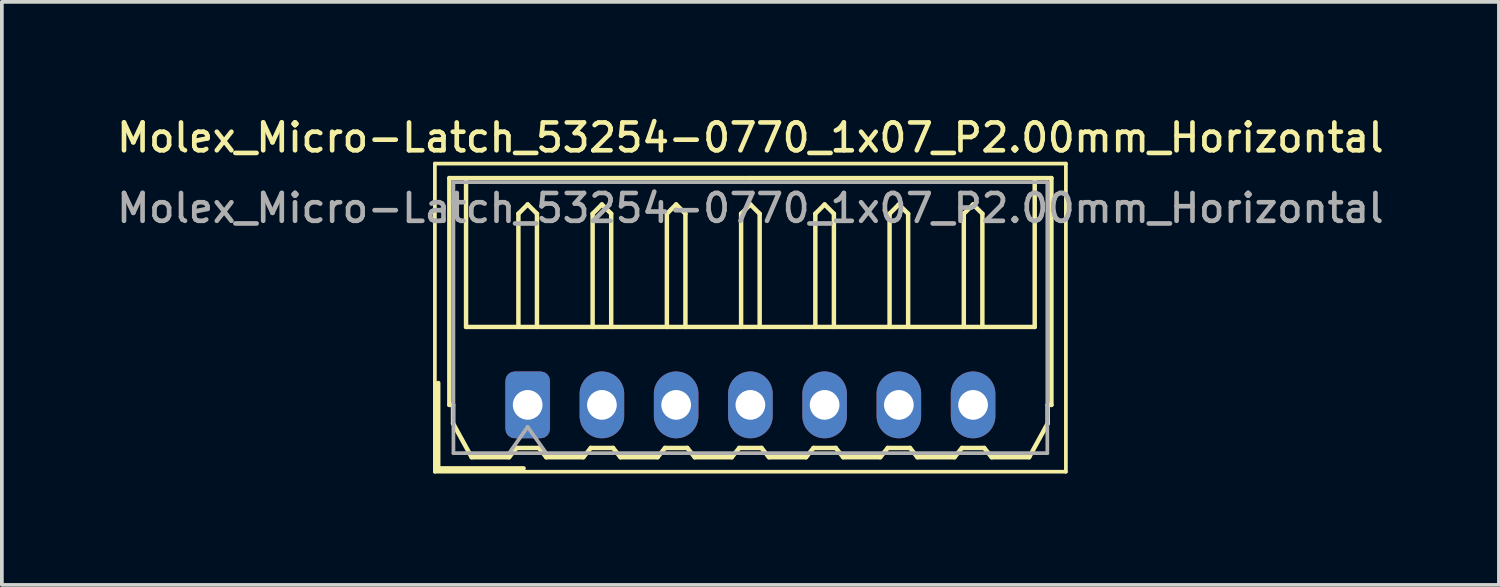
<source format=kicad_pcb>
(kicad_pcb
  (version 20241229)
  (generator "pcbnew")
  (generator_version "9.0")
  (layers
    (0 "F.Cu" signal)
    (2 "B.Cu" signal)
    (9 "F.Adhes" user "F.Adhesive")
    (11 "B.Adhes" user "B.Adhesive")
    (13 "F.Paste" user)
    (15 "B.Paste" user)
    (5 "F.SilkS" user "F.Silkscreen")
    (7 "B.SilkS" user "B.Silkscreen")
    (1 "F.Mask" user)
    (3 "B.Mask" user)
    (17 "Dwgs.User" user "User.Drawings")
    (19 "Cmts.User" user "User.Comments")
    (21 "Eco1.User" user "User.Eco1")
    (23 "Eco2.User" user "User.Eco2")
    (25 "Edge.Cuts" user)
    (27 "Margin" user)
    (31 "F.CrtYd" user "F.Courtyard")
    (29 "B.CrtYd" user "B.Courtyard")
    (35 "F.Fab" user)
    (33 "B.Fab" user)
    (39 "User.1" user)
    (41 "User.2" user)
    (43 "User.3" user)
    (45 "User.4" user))
  (footprint "Molex_Micro-Latch_53254-0770_1x07_P2.00mm_Horizontal"
    (layer "F.Cu")
    (at 11.166 7.858)
    (property "Reference" "Molex_Micro-Latch_53254-0770_1x07_P2.00mm_Horizontal" (at 6 -7.2 0) (layer "F.SilkS") (effects (font (size 0.75 0.75) (thickness 0.125))))
    (attr through_hole)
    (fp_line (start -2.5 -6.5) (end -2.5 1.8) (stroke (width 0.1) (type solid)) (layer "F.SilkS"))
    (fp_line (start -2.5 1.8) (end 14.5 1.8) (stroke (width 0.1) (type solid)) (layer "F.SilkS"))
    (fp_line (start -2.41 1.71) (end -2.41 -0.59) (stroke (width 0.12) (type solid)) (layer "F.SilkS"))
    (fp_line (start -2.11 -6.11) (end 6 -6.11) (stroke (width 0.12) (type solid)) (layer "F.SilkS"))
    (fp_line (start -2.11 0) (end -2.11 -6.11) (stroke (width 0.12) (type solid)) (layer "F.SilkS"))
    (fp_line (start -2.01 0) (end -2.11 0) (stroke (width 0.12) (type solid)) (layer "F.SilkS"))
    (fp_line (start -2.01 0.5) (end -2.01 0) (stroke (width 0.12) (type solid)) (layer "F.SilkS"))
    (fp_line (start -1.66 -6.11) (end -1.66 -2.1) (stroke (width 0.12) (type solid)) (layer "F.SilkS"))
    (fp_line (start -1.66 -2.1) (end 13.66 -2.1) (stroke (width 0.12) (type solid)) (layer "F.SilkS"))
    (fp_line (start -1.51 1.41) (end -2.01 0.5) (stroke (width 0.12) (type solid)) (layer "F.SilkS"))
    (fp_line (start -0.5 1.41) (end -1.51 1.41) (stroke (width 0.12) (type solid)) (layer "F.SilkS"))
    (fp_line (start -0.3 1.16) (end -0.5 1.41) (stroke (width 0.12) (type solid)) (layer "F.SilkS"))
    (fp_line (start -0.3 1.16) (end 0.3 1.16) (stroke (width 0.12) (type solid)) (layer "F.SilkS"))
    (fp_line (start -0.25 -5.15) (end 0 -5.4) (stroke (width 0.12) (type solid)) (layer "F.SilkS"))
    (fp_line (start -0.25 -2.1) (end -0.25 -5.15) (stroke (width 0.12) (type solid)) (layer "F.SilkS"))
    (fp_line (start -0.11 1.71) (end -2.41 1.71) (stroke (width 0.12) (type solid)) (layer "F.SilkS"))
    (fp_line (start 0 -5.4) (end 0.25 -5.15) (stroke (width 0.12) (type solid)) (layer "F.SilkS"))
    (fp_line (start 0.25 -5.15) (end 0.25 -2.1) (stroke (width 0.12) (type solid)) (layer "F.SilkS"))
    (fp_line (start 0.3 1.16) (end 0.5 1.41) (stroke (width 0.12) (type solid)) (layer "F.SilkS"))
    (fp_line (start 0.5 1.41) (end 1.5 1.41) (stroke (width 0.12) (type solid)) (layer "F.SilkS"))
    (fp_line (start 1.5 1.41) (end 1.7 1.16) (stroke (width 0.12) (type solid)) (layer "F.SilkS"))
    (fp_line (start 1.7 1.16) (end 2.3 1.16) (stroke (width 0.12) (type solid)) (layer "F.SilkS"))
    (fp_line (start 1.75 -5.15) (end 2 -5.4) (stroke (width 0.12) (type solid)) (layer "F.SilkS"))
    (fp_line (start 1.75 -2.1) (end 1.75 -5.15) (stroke (width 0.12) (type solid)) (layer "F.SilkS"))
    (fp_line (start 2 -5.4) (end 2.25 -5.15) (stroke (width 0.12) (type solid)) (layer "F.SilkS"))
    (fp_line (start 2.25 -5.15) (end 2.25 -2.1) (stroke (width 0.12) (type solid)) (layer "F.SilkS"))
    (fp_line (start 2.3 1.16) (end 2.5 1.41) (stroke (width 0.12) (type solid)) (layer "F.SilkS"))
    (fp_line (start 2.5 1.41) (end 3.5 1.41) (stroke (width 0.12) (type solid)) (layer "F.SilkS"))
    (fp_line (start 3.5 1.41) (end 3.7 1.16) (stroke (width 0.12) (type solid)) (layer "F.SilkS"))
    (fp_line (start 3.7 1.16) (end 4.3 1.16) (stroke (width 0.12) (type solid)) (layer "F.SilkS"))
    (fp_line (start 3.75 -5.15) (end 4 -5.4) (stroke (width 0.12) (type solid)) (layer "F.SilkS"))
    (fp_line (start 3.75 -2.1) (end 3.75 -5.15) (stroke (width 0.12) (type solid)) (layer "F.SilkS"))
    (fp_line (start 4 -5.4) (end 4.25 -5.15) (stroke (width 0.12) (type solid)) (layer "F.SilkS"))
    (fp_line (start 4.25 -5.15) (end 4.25 -2.1) (stroke (width 0.12) (type solid)) (layer "F.SilkS"))
    (fp_line (start 4.3 1.16) (end 4.5 1.41) (stroke (width 0.12) (type solid)) (layer "F.SilkS"))
    (fp_line (start 4.5 1.41) (end 5.5 1.41) (stroke (width 0.12) (type solid)) (layer "F.SilkS"))
    (fp_line (start 5.5 1.41) (end 5.7 1.16) (stroke (width 0.12) (type solid)) (layer "F.SilkS"))
    (fp_line (start 5.7 1.16) (end 6.3 1.16) (stroke (width 0.12) (type solid)) (layer "F.SilkS"))
    (fp_line (start 5.75 -5.15) (end 6 -5.4) (stroke (width 0.12) (type solid)) (layer "F.SilkS"))
    (fp_line (start 5.75 -2.1) (end 5.75 -5.15) (stroke (width 0.12) (type solid)) (layer "F.SilkS"))
    (fp_line (start 6 -5.4) (end 6.25 -5.15) (stroke (width 0.12) (type solid)) (layer "F.SilkS"))
    (fp_line (start 6.25 -5.15) (end 6.25 -2.1) (stroke (width 0.12) (type solid)) (layer "F.SilkS"))
    (fp_line (start 6.3 1.16) (end 6.5 1.41) (stroke (width 0.12) (type solid)) (layer "F.SilkS"))
    (fp_line (start 6.5 1.41) (end 7.5 1.41) (stroke (width 0.12) (type solid)) (layer "F.SilkS"))
    (fp_line (start 7.5 1.41) (end 7.7 1.16) (stroke (width 0.12) (type solid)) (layer "F.SilkS"))
    (fp_line (start 7.7 1.16) (end 8.3 1.16) (stroke (width 0.12) (type solid)) (layer "F.SilkS"))
    (fp_line (start 7.75 -5.15) (end 8 -5.4) (stroke (width 0.12) (type solid)) (layer "F.SilkS"))
    (fp_line (start 7.75 -2.1) (end 7.75 -5.15) (stroke (width 0.12) (type solid)) (layer "F.SilkS"))
    (fp_line (start 8 -5.4) (end 8.25 -5.15) (stroke (width 0.12) (type solid)) (layer "F.SilkS"))
    (fp_line (start 8.25 -5.15) (end 8.25 -2.1) (stroke (width 0.12) (type solid)) (layer "F.SilkS"))
    (fp_line (start 8.3 1.16) (end 8.5 1.41) (stroke (width 0.12) (type solid)) (layer "F.SilkS"))
    (fp_line (start 8.5 1.41) (end 9.5 1.41) (stroke (width 0.12) (type solid)) (layer "F.SilkS"))
    (fp_line (start 9.5 1.41) (end 9.7 1.16) (stroke (width 0.12) (type solid)) (layer "F.SilkS"))
    (fp_line (start 9.7 1.16) (end 10.3 1.16) (stroke (width 0.12) (type solid)) (layer "F.SilkS"))
    (fp_line (start 9.75 -5.15) (end 10 -5.4) (stroke (width 0.12) (type solid)) (layer "F.SilkS"))
    (fp_line (start 9.75 -2.1) (end 9.75 -5.15) (stroke (width 0.12) (type solid)) (layer "F.SilkS"))
    (fp_line (start 10 -5.4) (end 10.25 -5.15) (stroke (width 0.12) (type solid)) (layer "F.SilkS"))
    (fp_line (start 10.25 -5.15) (end 10.25 -2.1) (stroke (width 0.12) (type solid)) (layer "F.SilkS"))
    (fp_line (start 10.3 1.16) (end 10.5 1.41) (stroke (width 0.12) (type solid)) (layer "F.SilkS"))
    (fp_line (start 10.5 1.41) (end 11.5 1.41) (stroke (width 0.12) (type solid)) (layer "F.SilkS"))
    (fp_line (start 11.5 1.41) (end 11.7 1.16) (stroke (width 0.12) (type solid)) (layer "F.SilkS"))
    (fp_line (start 11.7 1.16) (end 12.3 1.16) (stroke (width 0.12) (type solid)) (layer "F.SilkS"))
    (fp_line (start 11.75 -5.15) (end 12 -5.4) (stroke (width 0.12) (type solid)) (layer "F.SilkS"))
    (fp_line (start 11.75 -2.1) (end 11.75 -5.15) (stroke (width 0.12) (type solid)) (layer "F.SilkS"))
    (fp_line (start 12 -5.4) (end 12.25 -5.15) (stroke (width 0.12) (type solid)) (layer "F.SilkS"))
    (fp_line (start 12.25 -5.15) (end 12.25 -2.1) (stroke (width 0.12) (type solid)) (layer "F.SilkS"))
    (fp_line (start 12.3 1.16) (end 12.5 1.41) (stroke (width 0.12) (type solid)) (layer "F.SilkS"))
    (fp_line (start 12.5 1.41) (end 13.51 1.41) (stroke (width 0.12) (type solid)) (layer "F.SilkS"))
    (fp_line (start 13.51 1.41) (end 14.01 0.5) (stroke (width 0.12) (type solid)) (layer "F.SilkS"))
    (fp_line (start 13.66 -2.1) (end 13.66 -6.11) (stroke (width 0.12) (type solid)) (layer "F.SilkS"))
    (fp_line (start 14.01 0) (end 14.11 0) (stroke (width 0.12) (type solid)) (layer "F.SilkS"))
    (fp_line (start 14.01 0.5) (end 14.01 0) (stroke (width 0.12) (type solid)) (layer "F.SilkS"))
    (fp_line (start 14.11 -6.11) (end 6 -6.11) (stroke (width 0.12) (type solid)) (layer "F.SilkS"))
    (fp_line (start 14.11 0) (end 14.11 -6.11) (stroke (width 0.12) (type solid)) (layer "F.SilkS"))
    (fp_line (start 14.5 -6.5) (end -2.5 -6.5) (stroke (width 0.1) (type solid)) (layer "F.SilkS"))
    (fp_line (start 14.5 1.8) (end 14.5 -6.5) (stroke (width 0.1) (type solid)) (layer "F.SilkS"))
    (fp_line (start -2 -6) (end -2 1.3) (stroke (width 0.1) (type solid)) (layer "F.Fab"))
    (fp_line (start -2 1.3) (end 14 1.3) (stroke (width 0.1) (type solid)) (layer "F.Fab"))
    (fp_line (start -0.5 1.3) (end 0 0.593) (stroke (width 0.1) (type solid)) (layer "F.Fab"))
    (fp_line (start 0 0.593) (end 0.5 1.3) (stroke (width 0.1) (type solid)) (layer "F.Fab"))
    (fp_line (start 14 -6) (end -2 -6) (stroke (width 0.1) (type solid)) (layer "F.Fab"))
    (fp_line (start 14 1.3) (end 14 -6) (stroke (width 0.1) (type solid)) (layer "F.Fab"))
    (fp_text user "${REFERENCE}" (at 6 -5.3 0) (layer "F.Fab") (effects (font (size 0.75 0.75) (thickness 0.125))))
    (pad "1" thru_hole roundrect (at 0 0) (size 1.2 1.8) (drill 0.8) (layers "*.Cu" "*.Mask") (roundrect_rratio 0.208))
    (pad "2" thru_hole oval (at 2 0) (size 1.2 1.8) (drill 0.8) (layers "*.Cu" "*.Mask"))
    (pad "3" thru_hole oval (at 4 0) (size 1.2 1.8) (drill 0.8) (layers "*.Cu" "*.Mask"))
    (pad "4" thru_hole oval (at 6 0) (size 1.2 1.8) (drill 0.8) (layers "*.Cu" "*.Mask"))
    (pad "5" thru_hole oval (at 8 0) (size 1.2 1.8) (drill 0.8) (layers "*.Cu" "*.Mask"))
    (pad "6" thru_hole oval (at 10 0) (size 1.2 1.8) (drill 0.8) (layers "*.Cu" "*.Mask"))
    (pad "7" thru_hole oval (at 12 0) (size 1.2 1.8) (drill 0.8) (layers "*.Cu" "*.Mask")))
  (gr_rect
    (start -3 -3)
    (end 37.332 12.708)
    (stroke (width 0.1) (type default))
    (fill no)
    (layer "Edge.Cuts")))
</source>
